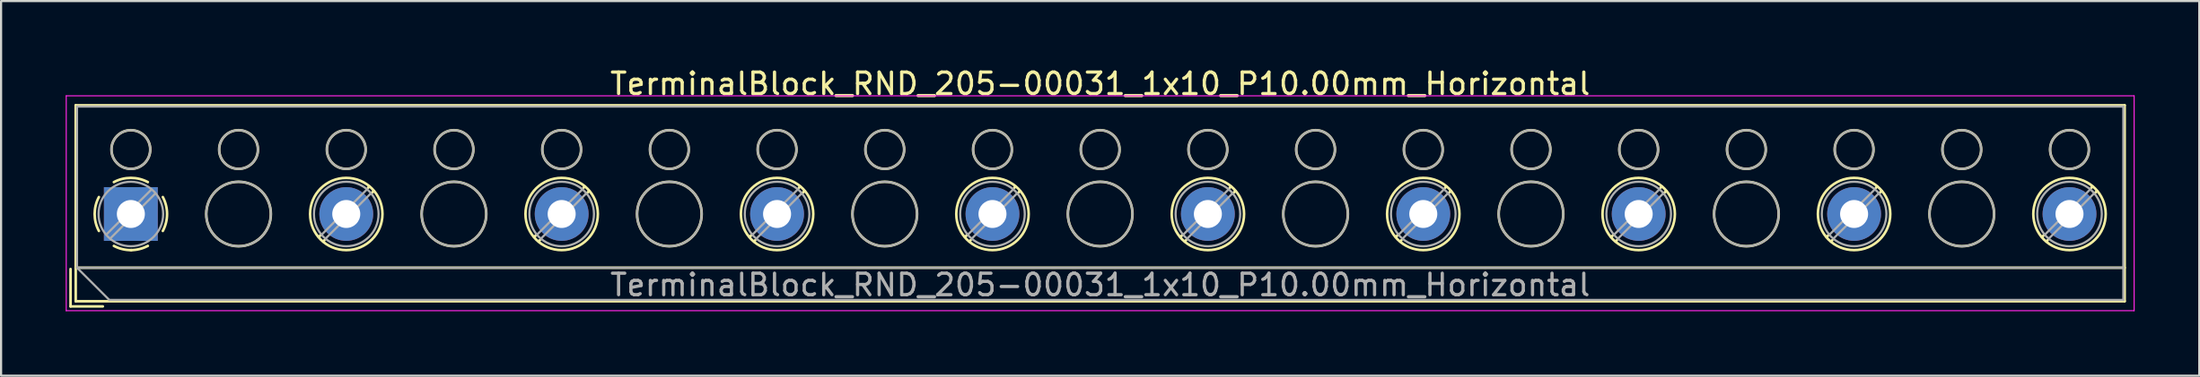
<source format=kicad_pcb>
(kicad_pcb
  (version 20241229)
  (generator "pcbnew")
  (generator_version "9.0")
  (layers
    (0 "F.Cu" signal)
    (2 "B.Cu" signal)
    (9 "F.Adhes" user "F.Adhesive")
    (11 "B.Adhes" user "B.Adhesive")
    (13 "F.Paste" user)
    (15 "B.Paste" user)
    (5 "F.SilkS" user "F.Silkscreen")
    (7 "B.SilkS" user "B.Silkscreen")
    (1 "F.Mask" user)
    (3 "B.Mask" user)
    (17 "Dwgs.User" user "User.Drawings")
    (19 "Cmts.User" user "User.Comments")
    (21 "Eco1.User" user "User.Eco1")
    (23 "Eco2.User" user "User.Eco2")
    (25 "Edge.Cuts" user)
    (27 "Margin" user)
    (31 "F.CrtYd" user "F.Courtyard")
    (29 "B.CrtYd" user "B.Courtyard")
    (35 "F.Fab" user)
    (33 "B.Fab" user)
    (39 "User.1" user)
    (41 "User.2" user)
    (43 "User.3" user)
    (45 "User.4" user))
  (footprint "TerminalBlock_RND_205-00031_1x10_P10.00mm_Horizontal"
    (layer "F.Cu")
    (at 3.025 6.908)
    (property "Reference" "TerminalBlock_RND_205-00031_1x10_P10.00mm_Horizontal" (at 45 -6.06 0) (layer "F.SilkS") (effects (font (size 1 1) (thickness 0.15))))
    (attr through_hole)
    (fp_line (start -2.8 2.56) (end -2.8 4.3) (stroke (width 0.12) (type solid)) (layer "F.SilkS"))
    (fp_line (start -2.8 4.3) (end -1.3 4.3) (stroke (width 0.12) (type solid)) (layer "F.SilkS"))
    (fp_line (start -2.56 -5.06) (end -2.56 4.06) (stroke (width 0.12) (type solid)) (layer "F.SilkS"))
    (fp_line (start -2.56 -5.06) (end 92.56 -5.06) (stroke (width 0.12) (type solid)) (layer "F.SilkS"))
    (fp_line (start -2.56 2.5) (end 92.56 2.5) (stroke (width 0.12) (type solid)) (layer "F.SilkS"))
    (fp_line (start -2.56 4.06) (end 92.56 4.06) (stroke (width 0.12) (type solid)) (layer "F.SilkS"))
    (fp_line (start 8.82 0.976) (end 8.726 1.069) (stroke (width 0.12) (type solid)) (layer "F.SilkS"))
    (fp_line (start 8.99 1.216) (end 8.931 1.274) (stroke (width 0.12) (type solid)) (layer "F.SilkS"))
    (fp_line (start 11.07 -1.275) (end 11.011 -1.216) (stroke (width 0.12) (type solid)) (layer "F.SilkS"))
    (fp_line (start 11.275 -1.069) (end 11.181 -0.976) (stroke (width 0.12) (type solid)) (layer "F.SilkS"))
    (fp_line (start 18.82 0.976) (end 18.726 1.069) (stroke (width 0.12) (type solid)) (layer "F.SilkS"))
    (fp_line (start 18.99 1.216) (end 18.931 1.274) (stroke (width 0.12) (type solid)) (layer "F.SilkS"))
    (fp_line (start 21.07 -1.275) (end 21.011 -1.216) (stroke (width 0.12) (type solid)) (layer "F.SilkS"))
    (fp_line (start 21.275 -1.069) (end 21.181 -0.976) (stroke (width 0.12) (type solid)) (layer "F.SilkS"))
    (fp_line (start 28.82 0.976) (end 28.726 1.069) (stroke (width 0.12) (type solid)) (layer "F.SilkS"))
    (fp_line (start 28.99 1.216) (end 28.931 1.274) (stroke (width 0.12) (type solid)) (layer "F.SilkS"))
    (fp_line (start 31.07 -1.275) (end 31.011 -1.216) (stroke (width 0.12) (type solid)) (layer "F.SilkS"))
    (fp_line (start 31.275 -1.069) (end 31.181 -0.976) (stroke (width 0.12) (type solid)) (layer "F.SilkS"))
    (fp_line (start 38.82 0.976) (end 38.726 1.069) (stroke (width 0.12) (type solid)) (layer "F.SilkS"))
    (fp_line (start 38.99 1.216) (end 38.931 1.274) (stroke (width 0.12) (type solid)) (layer "F.SilkS"))
    (fp_line (start 41.07 -1.275) (end 41.011 -1.216) (stroke (width 0.12) (type solid)) (layer "F.SilkS"))
    (fp_line (start 41.275 -1.069) (end 41.181 -0.976) (stroke (width 0.12) (type solid)) (layer "F.SilkS"))
    (fp_line (start 48.82 0.976) (end 48.726 1.069) (stroke (width 0.12) (type solid)) (layer "F.SilkS"))
    (fp_line (start 48.99 1.216) (end 48.931 1.274) (stroke (width 0.12) (type solid)) (layer "F.SilkS"))
    (fp_line (start 51.07 -1.275) (end 51.011 -1.216) (stroke (width 0.12) (type solid)) (layer "F.SilkS"))
    (fp_line (start 51.275 -1.069) (end 51.181 -0.976) (stroke (width 0.12) (type solid)) (layer "F.SilkS"))
    (fp_line (start 58.82 0.976) (end 58.726 1.069) (stroke (width 0.12) (type solid)) (layer "F.SilkS"))
    (fp_line (start 58.99 1.216) (end 58.931 1.274) (stroke (width 0.12) (type solid)) (layer "F.SilkS"))
    (fp_line (start 61.07 -1.275) (end 61.011 -1.216) (stroke (width 0.12) (type solid)) (layer "F.SilkS"))
    (fp_line (start 61.275 -1.069) (end 61.181 -0.976) (stroke (width 0.12) (type solid)) (layer "F.SilkS"))
    (fp_line (start 68.82 0.976) (end 68.726 1.069) (stroke (width 0.12) (type solid)) (layer "F.SilkS"))
    (fp_line (start 68.99 1.216) (end 68.931 1.274) (stroke (width 0.12) (type solid)) (layer "F.SilkS"))
    (fp_line (start 71.07 -1.275) (end 71.011 -1.216) (stroke (width 0.12) (type solid)) (layer "F.SilkS"))
    (fp_line (start 71.275 -1.069) (end 71.181 -0.976) (stroke (width 0.12) (type solid)) (layer "F.SilkS"))
    (fp_line (start 78.82 0.976) (end 78.726 1.069) (stroke (width 0.12) (type solid)) (layer "F.SilkS"))
    (fp_line (start 78.99 1.216) (end 78.931 1.274) (stroke (width 0.12) (type solid)) (layer "F.SilkS"))
    (fp_line (start 81.07 -1.275) (end 81.011 -1.216) (stroke (width 0.12) (type solid)) (layer "F.SilkS"))
    (fp_line (start 81.275 -1.069) (end 81.181 -0.976) (stroke (width 0.12) (type solid)) (layer "F.SilkS"))
    (fp_line (start 88.82 0.976) (end 88.726 1.069) (stroke (width 0.12) (type solid)) (layer "F.SilkS"))
    (fp_line (start 88.99 1.216) (end 88.931 1.274) (stroke (width 0.12) (type solid)) (layer "F.SilkS"))
    (fp_line (start 91.07 -1.275) (end 91.011 -1.216) (stroke (width 0.12) (type solid)) (layer "F.SilkS"))
    (fp_line (start 91.275 -1.069) (end 91.181 -0.976) (stroke (width 0.12) (type solid)) (layer "F.SilkS"))
    (fp_line (start 92.56 -5.06) (end 92.56 4.06) (stroke (width 0.12) (type solid)) (layer "F.SilkS"))
    (fp_arc (start -1.483953 0.789089) (mid -1.680708 0.00005) (end -1.484 -0.789) (stroke (width 0.12) (type solid)) (layer "F.SilkS"))
    (fp_arc (start -0.789089 -1.483953) (mid -0.00005 -1.680708) (end 0.789 -1.484) (stroke (width 0.12) (type solid)) (layer "F.SilkS"))
    (fp_arc (start 0.029383 1.68045) (mid -0.392304 1.634281) (end -0.789 1.484) (stroke (width 0.12) (type solid)) (layer "F.SilkS"))
    (fp_arc (start 0.788712 1.483352) (mid 0.406429 1.630097) (end 0 1.68) (stroke (width 0.12) (type solid)) (layer "F.SilkS"))
    (fp_arc (start 1.483953 -0.789089) (mid 1.680708 -0.00005) (end 1.484 0.789) (stroke (width 0.12) (type solid)) (layer "F.SilkS"))
    (fp_circle (center 0 -3) (end 0.9 -3) (stroke (width 0.12) (type solid)) (fill no) (layer "F.SilkS"))
    (fp_circle (center 5 -3) (end 5.9 -3) (stroke (width 0.12) (type solid)) (fill no) (layer "F.SilkS"))
    (fp_circle (center 5 0) (end 6.5 0) (stroke (width 0.12) (type solid)) (fill no) (layer "F.SilkS"))
    (fp_circle (center 10 -3) (end 10.9 -3) (stroke (width 0.12) (type solid)) (fill no) (layer "F.SilkS"))
    (fp_circle (center 10 0) (end 11.68 0) (stroke (width 0.12) (type solid)) (fill no) (layer "F.SilkS"))
    (fp_circle (center 15 -3) (end 15.9 -3) (stroke (width 0.12) (type solid)) (fill no) (layer "F.SilkS"))
    (fp_circle (center 15 0) (end 16.5 0) (stroke (width 0.12) (type solid)) (fill no) (layer "F.SilkS"))
    (fp_circle (center 20 -3) (end 20.9 -3) (stroke (width 0.12) (type solid)) (fill no) (layer "F.SilkS"))
    (fp_circle (center 20 0) (end 21.68 0) (stroke (width 0.12) (type solid)) (fill no) (layer "F.SilkS"))
    (fp_circle (center 25 -3) (end 25.9 -3) (stroke (width 0.12) (type solid)) (fill no) (layer "F.SilkS"))
    (fp_circle (center 25 0) (end 26.5 0) (stroke (width 0.12) (type solid)) (fill no) (layer "F.SilkS"))
    (fp_circle (center 30 -3) (end 30.9 -3) (stroke (width 0.12) (type solid)) (fill no) (layer "F.SilkS"))
    (fp_circle (center 30 0) (end 31.68 0) (stroke (width 0.12) (type solid)) (fill no) (layer "F.SilkS"))
    (fp_circle (center 35 -3) (end 35.9 -3) (stroke (width 0.12) (type solid)) (fill no) (layer "F.SilkS"))
    (fp_circle (center 35 0) (end 36.5 0) (stroke (width 0.12) (type solid)) (fill no) (layer "F.SilkS"))
    (fp_circle (center 40 -3) (end 40.9 -3) (stroke (width 0.12) (type solid)) (fill no) (layer "F.SilkS"))
    (fp_circle (center 40 0) (end 41.68 0) (stroke (width 0.12) (type solid)) (fill no) (layer "F.SilkS"))
    (fp_circle (center 45 -3) (end 45.9 -3) (stroke (width 0.12) (type solid)) (fill no) (layer "F.SilkS"))
    (fp_circle (center 45 0) (end 46.5 0) (stroke (width 0.12) (type solid)) (fill no) (layer "F.SilkS"))
    (fp_circle (center 50 -3) (end 50.9 -3) (stroke (width 0.12) (type solid)) (fill no) (layer "F.SilkS"))
    (fp_circle (center 50 0) (end 51.68 0) (stroke (width 0.12) (type solid)) (fill no) (layer "F.SilkS"))
    (fp_circle (center 55 -3) (end 55.9 -3) (stroke (width 0.12) (type solid)) (fill no) (layer "F.SilkS"))
    (fp_circle (center 55 0) (end 56.5 0) (stroke (width 0.12) (type solid)) (fill no) (layer "F.SilkS"))
    (fp_circle (center 60 -3) (end 60.9 -3) (stroke (width 0.12) (type solid)) (fill no) (layer "F.SilkS"))
    (fp_circle (center 60 0) (end 61.68 0) (stroke (width 0.12) (type solid)) (fill no) (layer "F.SilkS"))
    (fp_circle (center 65 -3) (end 65.9 -3) (stroke (width 0.12) (type solid)) (fill no) (layer "F.SilkS"))
    (fp_circle (center 65 0) (end 66.5 0) (stroke (width 0.12) (type solid)) (fill no) (layer "F.SilkS"))
    (fp_circle (center 70 -3) (end 70.9 -3) (stroke (width 0.12) (type solid)) (fill no) (layer "F.SilkS"))
    (fp_circle (center 70 0) (end 71.68 0) (stroke (width 0.12) (type solid)) (fill no) (layer "F.SilkS"))
    (fp_circle (center 75 -3) (end 75.9 -3) (stroke (width 0.12) (type solid)) (fill no) (layer "F.SilkS"))
    (fp_circle (center 75 0) (end 76.5 0) (stroke (width 0.12) (type solid)) (fill no) (layer "F.SilkS"))
    (fp_circle (center 80 -3) (end 80.9 -3) (stroke (width 0.12) (type solid)) (fill no) (layer "F.SilkS"))
    (fp_circle (center 80 0) (end 81.68 0) (stroke (width 0.12) (type solid)) (fill no) (layer "F.SilkS"))
    (fp_circle (center 85 -3) (end 85.9 -3) (stroke (width 0.12) (type solid)) (fill no) (layer "F.SilkS"))
    (fp_circle (center 85 0) (end 86.5 0) (stroke (width 0.12) (type solid)) (fill no) (layer "F.SilkS"))
    (fp_circle (center 90 -3) (end 90.9 -3) (stroke (width 0.12) (type solid)) (fill no) (layer "F.SilkS"))
    (fp_circle (center 90 0) (end 91.68 0) (stroke (width 0.12) (type solid)) (fill no) (layer "F.SilkS"))
    (fp_line (start -3 -5.5) (end -3 4.5) (stroke (width 0.05) (type solid)) (layer "F.CrtYd"))
    (fp_line (start -3 4.5) (end 93 4.5) (stroke (width 0.05) (type solid)) (layer "F.CrtYd"))
    (fp_line (start 93 -5.5) (end -3 -5.5) (stroke (width 0.05) (type solid)) (layer "F.CrtYd"))
    (fp_line (start 93 4.5) (end 93 -5.5) (stroke (width 0.05) (type solid)) (layer "F.CrtYd"))
    (fp_line (start -2.5 -5) (end 92.5 -5) (stroke (width 0.1) (type solid)) (layer "F.Fab"))
    (fp_line (start -2.5 2.5) (end -2.5 -5) (stroke (width 0.1) (type solid)) (layer "F.Fab"))
    (fp_line (start -2.5 2.5) (end 92.5 2.5) (stroke (width 0.1) (type solid)) (layer "F.Fab"))
    (fp_line (start -1 4) (end -2.5 2.5) (stroke (width 0.1) (type solid)) (layer "F.Fab"))
    (fp_line (start 0.955 -1.138) (end -1.138 0.955) (stroke (width 0.1) (type solid)) (layer "F.Fab"))
    (fp_line (start 1.138 -0.955) (end -0.955 1.138) (stroke (width 0.1) (type solid)) (layer "F.Fab"))
    (fp_line (start 10.955 -1.138) (end 8.863 0.955) (stroke (width 0.1) (type solid)) (layer "F.Fab"))
    (fp_line (start 11.138 -0.955) (end 9.046 1.138) (stroke (width 0.1) (type solid)) (layer "F.Fab"))
    (fp_line (start 20.955 -1.138) (end 18.863 0.955) (stroke (width 0.1) (type solid)) (layer "F.Fab"))
    (fp_line (start 21.138 -0.955) (end 19.046 1.138) (stroke (width 0.1) (type solid)) (layer "F.Fab"))
    (fp_line (start 30.955 -1.138) (end 28.863 0.955) (stroke (width 0.1) (type solid)) (layer "F.Fab"))
    (fp_line (start 31.138 -0.955) (end 29.046 1.138) (stroke (width 0.1) (type solid)) (layer "F.Fab"))
    (fp_line (start 40.955 -1.138) (end 38.863 0.955) (stroke (width 0.1) (type solid)) (layer "F.Fab"))
    (fp_line (start 41.138 -0.955) (end 39.046 1.138) (stroke (width 0.1) (type solid)) (layer "F.Fab"))
    (fp_line (start 50.955 -1.138) (end 48.863 0.955) (stroke (width 0.1) (type solid)) (layer "F.Fab"))
    (fp_line (start 51.138 -0.955) (end 49.046 1.138) (stroke (width 0.1) (type solid)) (layer "F.Fab"))
    (fp_line (start 60.955 -1.138) (end 58.863 0.955) (stroke (width 0.1) (type solid)) (layer "F.Fab"))
    (fp_line (start 61.138 -0.955) (end 59.046 1.138) (stroke (width 0.1) (type solid)) (layer "F.Fab"))
    (fp_line (start 70.955 -1.138) (end 68.863 0.955) (stroke (width 0.1) (type solid)) (layer "F.Fab"))
    (fp_line (start 71.138 -0.955) (end 69.046 1.138) (stroke (width 0.1) (type solid)) (layer "F.Fab"))
    (fp_line (start 80.955 -1.138) (end 78.863 0.955) (stroke (width 0.1) (type solid)) (layer "F.Fab"))
    (fp_line (start 81.138 -0.955) (end 79.046 1.138) (stroke (width 0.1) (type solid)) (layer "F.Fab"))
    (fp_line (start 90.955 -1.138) (end 88.863 0.955) (stroke (width 0.1) (type solid)) (layer "F.Fab"))
    (fp_line (start 91.138 -0.955) (end 89.046 1.138) (stroke (width 0.1) (type solid)) (layer "F.Fab"))
    (fp_line (start 92.5 -5) (end 92.5 4) (stroke (width 0.1) (type solid)) (layer "F.Fab"))
    (fp_line (start 92.5 4) (end -1 4) (stroke (width 0.1) (type solid)) (layer "F.Fab"))
    (fp_circle (center 0 -3) (end 0.9 -3) (stroke (width 0.1) (type solid)) (fill no) (layer "F.Fab"))
    (fp_circle (center 0 0) (end 1.5 0) (stroke (width 0.1) (type solid)) (fill no) (layer "F.Fab"))
    (fp_circle (center 5 -3) (end 5.9 -3) (stroke (width 0.1) (type solid)) (fill no) (layer "F.Fab"))
    (fp_circle (center 5 0) (end 6.5 0) (stroke (width 0.1) (type solid)) (fill no) (layer "F.Fab"))
    (fp_circle (center 10 -3) (end 10.9 -3) (stroke (width 0.1) (type solid)) (fill no) (layer "F.Fab"))
    (fp_circle (center 10 0) (end 11.5 0) (stroke (width 0.1) (type solid)) (fill no) (layer "F.Fab"))
    (fp_circle (center 15 -3) (end 15.9 -3) (stroke (width 0.1) (type solid)) (fill no) (layer "F.Fab"))
    (fp_circle (center 15 0) (end 16.5 0) (stroke (width 0.1) (type solid)) (fill no) (layer "F.Fab"))
    (fp_circle (center 20 -3) (end 20.9 -3) (stroke (width 0.1) (type solid)) (fill no) (layer "F.Fab"))
    (fp_circle (center 20 0) (end 21.5 0) (stroke (width 0.1) (type solid)) (fill no) (layer "F.Fab"))
    (fp_circle (center 25 -3) (end 25.9 -3) (stroke (width 0.1) (type solid)) (fill no) (layer "F.Fab"))
    (fp_circle (center 25 0) (end 26.5 0) (stroke (width 0.1) (type solid)) (fill no) (layer "F.Fab"))
    (fp_circle (center 30 -3) (end 30.9 -3) (stroke (width 0.1) (type solid)) (fill no) (layer "F.Fab"))
    (fp_circle (center 30 0) (end 31.5 0) (stroke (width 0.1) (type solid)) (fill no) (layer "F.Fab"))
    (fp_circle (center 35 -3) (end 35.9 -3) (stroke (width 0.1) (type solid)) (fill no) (layer "F.Fab"))
    (fp_circle (center 35 0) (end 36.5 0) (stroke (width 0.1) (type solid)) (fill no) (layer "F.Fab"))
    (fp_circle (center 40 -3) (end 40.9 -3) (stroke (width 0.1) (type solid)) (fill no) (layer "F.Fab"))
    (fp_circle (center 40 0) (end 41.5 0) (stroke (width 0.1) (type solid)) (fill no) (layer "F.Fab"))
    (fp_circle (center 45 -3) (end 45.9 -3) (stroke (width 0.1) (type solid)) (fill no) (layer "F.Fab"))
    (fp_circle (center 45 0) (end 46.5 0) (stroke (width 0.1) (type solid)) (fill no) (layer "F.Fab"))
    (fp_circle (center 50 -3) (end 50.9 -3) (stroke (width 0.1) (type solid)) (fill no) (layer "F.Fab"))
    (fp_circle (center 50 0) (end 51.5 0) (stroke (width 0.1) (type solid)) (fill no) (layer "F.Fab"))
    (fp_circle (center 55 -3) (end 55.9 -3) (stroke (width 0.1) (type solid)) (fill no) (layer "F.Fab"))
    (fp_circle (center 55 0) (end 56.5 0) (stroke (width 0.1) (type solid)) (fill no) (layer "F.Fab"))
    (fp_circle (center 60 -3) (end 60.9 -3) (stroke (width 0.1) (type solid)) (fill no) (layer "F.Fab"))
    (fp_circle (center 60 0) (end 61.5 0) (stroke (width 0.1) (type solid)) (fill no) (layer "F.Fab"))
    (fp_circle (center 65 -3) (end 65.9 -3) (stroke (width 0.1) (type solid)) (fill no) (layer "F.Fab"))
    (fp_circle (center 65 0) (end 66.5 0) (stroke (width 0.1) (type solid)) (fill no) (layer "F.Fab"))
    (fp_circle (center 70 -3) (end 70.9 -3) (stroke (width 0.1) (type solid)) (fill no) (layer "F.Fab"))
    (fp_circle (center 70 0) (end 71.5 0) (stroke (width 0.1) (type solid)) (fill no) (layer "F.Fab"))
    (fp_circle (center 75 -3) (end 75.9 -3) (stroke (width 0.1) (type solid)) (fill no) (layer "F.Fab"))
    (fp_circle (center 75 0) (end 76.5 0) (stroke (width 0.1) (type solid)) (fill no) (layer "F.Fab"))
    (fp_circle (center 80 -3) (end 80.9 -3) (stroke (width 0.1) (type solid)) (fill no) (layer "F.Fab"))
    (fp_circle (center 80 0) (end 81.5 0) (stroke (width 0.1) (type solid)) (fill no) (layer "F.Fab"))
    (fp_circle (center 85 -3) (end 85.9 -3) (stroke (width 0.1) (type solid)) (fill no) (layer "F.Fab"))
    (fp_circle (center 85 0) (end 86.5 0) (stroke (width 0.1) (type solid)) (fill no) (layer "F.Fab"))
    (fp_circle (center 90 -3) (end 90.9 -3) (stroke (width 0.1) (type solid)) (fill no) (layer "F.Fab"))
    (fp_circle (center 90 0) (end 91.5 0) (stroke (width 0.1) (type solid)) (fill no) (layer "F.Fab"))
    (fp_text user "${REFERENCE}" (at 45 3.3 0) (layer "F.Fab") (effects (font (size 1 1) (thickness 0.15))))
    (pad "1" thru_hole rect (at 0 0) (size 2.5 2.5) (drill 1.3) (layers "*.Cu" "*.Mask"))
    (pad "2" thru_hole circle (at 10 0) (size 2.5 2.5) (drill 1.3) (layers "*.Cu" "*.Mask"))
    (pad "3" thru_hole circle (at 20 0) (size 2.5 2.5) (drill 1.3) (layers "*.Cu" "*.Mask"))
    (pad "4" thru_hole circle (at 30 0) (size 2.5 2.5) (drill 1.3) (layers "*.Cu" "*.Mask"))
    (pad "5" thru_hole circle (at 40 0) (size 2.5 2.5) (drill 1.3) (layers "*.Cu" "*.Mask"))
    (pad "6" thru_hole circle (at 50 0) (size 2.5 2.5) (drill 1.3) (layers "*.Cu" "*.Mask"))
    (pad "7" thru_hole circle (at 60 0) (size 2.5 2.5) (drill 1.3) (layers "*.Cu" "*.Mask"))
    (pad "8" thru_hole circle (at 70 0) (size 2.5 2.5) (drill 1.3) (layers "*.Cu" "*.Mask"))
    (pad "9" thru_hole circle (at 80 0) (size 2.5 2.5) (drill 1.3) (layers "*.Cu" "*.Mask"))
    (pad "10" thru_hole circle (at 90 0) (size 2.5 2.5) (drill 1.3) (layers "*.Cu" "*.Mask")))
  (gr_rect
    (start -3 -3)
    (end 99.05 14.433)
    (stroke (width 0.1) (type default))
    (fill no)
    (layer "Edge.Cuts")))
</source>
